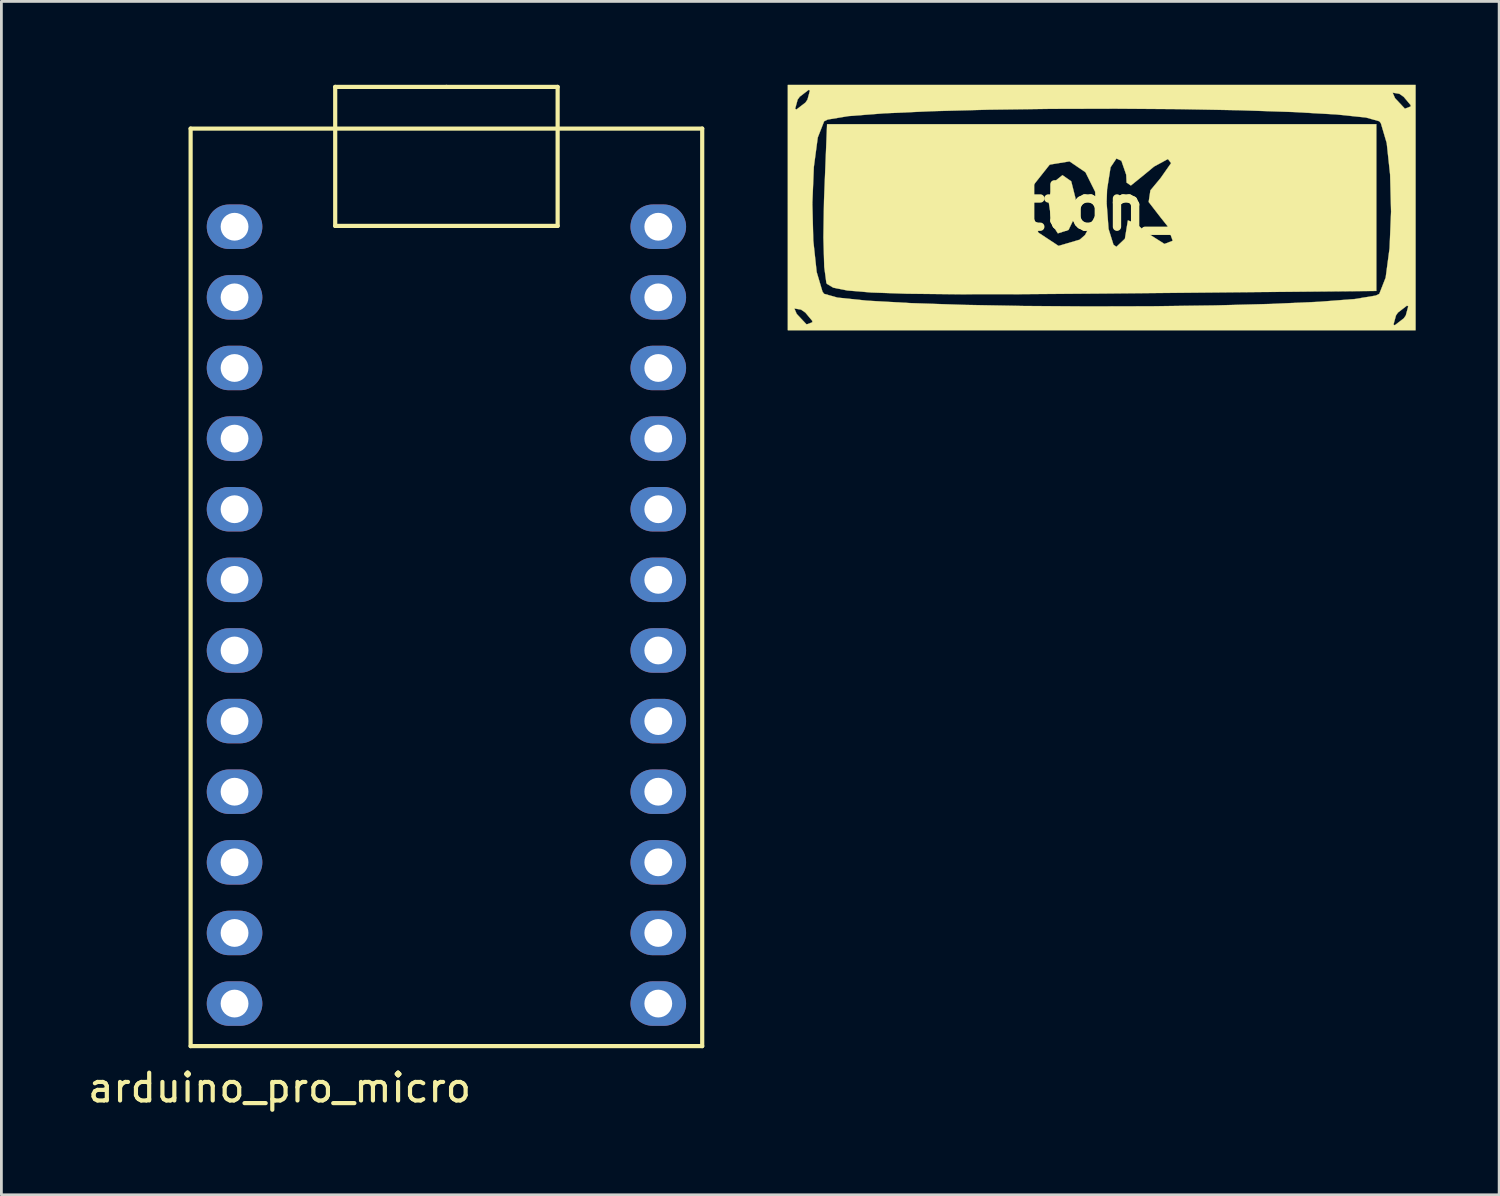
<source format=kicad_pcb>
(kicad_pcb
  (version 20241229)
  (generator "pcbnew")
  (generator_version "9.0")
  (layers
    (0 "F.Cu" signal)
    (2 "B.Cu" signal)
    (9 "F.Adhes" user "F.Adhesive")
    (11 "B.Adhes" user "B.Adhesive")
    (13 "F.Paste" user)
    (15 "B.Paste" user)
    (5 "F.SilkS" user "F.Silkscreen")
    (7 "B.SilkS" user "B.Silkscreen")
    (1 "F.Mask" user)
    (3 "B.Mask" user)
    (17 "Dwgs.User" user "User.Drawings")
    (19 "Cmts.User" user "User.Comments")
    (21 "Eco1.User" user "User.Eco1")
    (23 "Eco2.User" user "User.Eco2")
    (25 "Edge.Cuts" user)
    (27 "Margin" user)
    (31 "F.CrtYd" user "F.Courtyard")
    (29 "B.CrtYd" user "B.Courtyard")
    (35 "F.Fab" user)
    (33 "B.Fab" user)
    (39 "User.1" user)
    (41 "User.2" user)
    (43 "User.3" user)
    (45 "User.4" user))
  (footprint "button_ok"
    (layer "F.Cu")
    (at 36.398 4.415)
    (property "Reference" "button_ok" (at 0 0 0) (layer "F.SilkS") (effects (font (size 1.524 1.524) (thickness 0.3))))
    (attr through_hole)
    (fp_poly (pts (xy -0.92 -0.944) (xy -0.766 -0.332) (xy -0.806 0.368) (xy -1.017 0.805) (xy -1.401 0.928) (xy -1.606 0.609) (xy -1.733 -0.22) (xy -1.548 -0.915) (xy -1.235 -1.165) (xy -0.92 -0.944)) (stroke (width 0.01) (type solid)) (fill yes) (layer "F.SilkS"))
    (fp_poly (pts (xy 10.054 2.999) (xy 0.256 3.092) (xy -2.717 3.115) (xy -5.055 3.118) (xy -6.83 3.099) (xy -8.111 3.055) (xy -8.97 2.983) (xy -9.479 2.881) (xy -9.706 2.745) (xy -9.727 2.707) (xy -9.803 2.135) (xy -9.833 1.078) (xy -9.818 0.137) (xy -2.404 0.137) (xy -2.101 0.901) (xy -1.376 1.379) (xy -0.614 1.155) (xy -0.423 0.988) (xy -0.031 0.248) (xy -0.045 -0.176) (xy 0.353 -0.176) (xy 0.423 0.77) (xy 0.6 1.338) (xy 0.706 1.411) (xy 1.01 1.122) (xy 1.058 0.827) (xy 1.118 0.46) (xy 1.406 0.573) (xy 1.766 0.884) (xy 2.433 1.309) (xy 2.731 1.194) (xy 2.539 0.661) (xy 2.295 0.355) (xy 1.865 -0.201) (xy 1.928 -0.619) (xy 2.293 -1.058) (xy 2.672 -1.599) (xy 2.558 -1.745) (xy 2.06 -1.475) (xy 1.703 -1.18) (xy 1.225 -0.793) (xy 1.071 -0.899) (xy 1.058 -1.18) (xy 0.884 -1.684) (xy 0.706 -1.764) (xy 0.495 -1.449) (xy 0.369 -0.651) (xy 0.353 -0.176) (xy -0.045 -0.176) (xy -0.059 -0.569) (xy -0.408 -1.27) (xy -0.981 -1.661) (xy -1.678 -1.547) (xy -1.705 -1.531) (xy -2.272 -0.815) (xy -2.404 0.137) (xy -9.818 0.137) (xy -9.811 -0.248) (xy -9.806 -0.386) (xy -9.701 -2.999) (xy 10.054 -2.999) (xy 10.054 2.999)) (stroke (width 0.01) (type solid)) (fill yes) (layer "F.SilkS"))
    (fp_poly (pts (xy 11.465 4.41) (xy -11.113 4.41) (xy -11.113 4.21) (xy 10.67 4.21) (xy 10.718 4.233) (xy 11.04 3.985) (xy 11.113 3.881) (xy 11.202 3.551) (xy 11.154 3.528) (xy 10.832 3.776) (xy 10.76 3.881) (xy 10.67 4.21) (xy -11.113 4.21) (xy -11.113 3.629) (xy -10.879 3.629) (xy -10.793 3.826) (xy -10.438 4.205) (xy -10.234 4.127) (xy -10.231 4.078) (xy -10.481 3.779) (xy -10.638 3.67) (xy -10.879 3.629) (xy -11.113 3.629) (xy -11.113 -0.149) (xy -10.231 -0.149) (xy -10.197 1.186) (xy -10.075 2.32) (xy -9.865 3.028) (xy -9.807 3.104) (xy -9.328 3.238) (xy -8.257 3.349) (xy -6.708 3.436) (xy -4.794 3.5) (xy -2.628 3.54) (xy -0.325 3.556) (xy 2.002 3.55) (xy 4.241 3.52) (xy 6.277 3.466) (xy 7.996 3.389) (xy 9.287 3.289) (xy 10.034 3.165) (xy 10.16 3.104) (xy 10.389 2.519) (xy 10.53 1.459) (xy 10.584 0.149) (xy 10.549 -1.186) (xy 10.427 -2.32) (xy 10.218 -3.028) (xy 10.16 -3.104) (xy 9.681 -3.238) (xy 8.61 -3.349) (xy 7.06 -3.436) (xy 5.146 -3.5) (xy 2.981 -3.54) (xy 0.678 -3.556) (xy -1.65 -3.55) (xy -3.888 -3.52) (xy -5.924 -3.466) (xy -7.644 -3.389) (xy -8.934 -3.289) (xy -9.681 -3.165) (xy -9.807 -3.104) (xy -10.036 -2.519) (xy -10.177 -1.459) (xy -10.231 -0.149) (xy -11.113 -0.149) (xy -11.113 -3.551) (xy -10.85 -3.551) (xy -10.801 -3.528) (xy -10.479 -3.776) (xy -10.407 -3.881) (xy -10.338 -4.132) (xy 10.64 -4.132) (xy 10.726 -3.935) (xy 11.081 -3.556) (xy 11.285 -3.634) (xy 11.289 -3.683) (xy 11.038 -3.982) (xy 10.882 -4.091) (xy 10.64 -4.132) (xy -10.338 -4.132) (xy -10.317 -4.21) (xy -10.365 -4.233) (xy -10.687 -3.985) (xy -10.76 -3.881) (xy -10.85 -3.551) (xy -11.113 -3.551) (xy -11.113 -4.41) (xy 11.465 -4.41) (xy 11.465 4.41)) (stroke (width 0.01) (type solid)) (fill yes) (layer "F.SilkS")))
  (footprint "arduino_pro_micro"
    (layer "F.Cu")
    (at 13.006 19.075)
    (property "Reference" "arduino_pro_micro" (at -6 17 0) (layer "F.SilkS") (effects (font (size 1 1) (thickness 0.15))))
    (attr through_hole)
    (fp_line (start -9.2 -17.5) (end 9.2 -17.5) (stroke (width 0.15) (type solid)) (layer "F.SilkS"))
    (fp_line (start -9.2 15.5) (end -9.2 -17.5) (stroke (width 0.15) (type solid)) (layer "F.SilkS"))
    (fp_line (start -4 -19) (end -4 -14) (stroke (width 0.15) (type solid)) (layer "F.SilkS"))
    (fp_line (start -4 -14) (end 4 -14) (stroke (width 0.15) (type solid)) (layer "F.SilkS"))
    (fp_line (start 0 -19) (end -4 -19) (stroke (width 0.15) (type solid)) (layer "F.SilkS"))
    (fp_line (start 4 -19) (end 0 -19) (stroke (width 0.15) (type solid)) (layer "F.SilkS"))
    (fp_line (start 4 -14) (end 4 -19) (stroke (width 0.15) (type solid)) (layer "F.SilkS"))
    (fp_line (start 9.2 -17.5) (end 9.2 15.5) (stroke (width 0.15) (type solid)) (layer "F.SilkS"))
    (fp_line (start 9.2 15.5) (end -9.2 15.5) (stroke (width 0.15) (type solid)) (layer "F.SilkS"))
    (pad "1" thru_hole oval (at -7.62 -13.97) (size 2 1.6) (drill 1) (layers "*.Cu" "*.Mask"))
    (pad "2" thru_hole oval (at -7.62 -11.43) (size 2 1.6) (drill 1) (layers "*.Cu" "*.Mask"))
    (pad "3" thru_hole oval (at -7.62 -8.89) (size 2 1.6) (drill 1) (layers "*.Cu" "*.Mask"))
    (pad "4" thru_hole oval (at -7.62 -6.35) (size 2 1.6) (drill 1) (layers "*.Cu" "*.Mask"))
    (pad "5" thru_hole oval (at -7.62 -3.81) (size 2 1.6) (drill 1) (layers "*.Cu" "*.Mask"))
    (pad "6" thru_hole oval (at -7.62 -1.27) (size 2 1.6) (drill 1) (layers "*.Cu" "*.Mask"))
    (pad "7" thru_hole oval (at -7.62 1.27) (size 2 1.6) (drill 1) (layers "*.Cu" "*.Mask"))
    (pad "8" thru_hole oval (at -7.62 3.81) (size 2 1.6) (drill 1) (layers "*.Cu" "*.Mask"))
    (pad "9" thru_hole oval (at -7.62 6.35) (size 2 1.6) (drill 1) (layers "*.Cu" "*.Mask"))
    (pad "10" thru_hole oval (at -7.62 8.89) (size 2 1.6) (drill 1) (layers "*.Cu" "*.Mask"))
    (pad "11" thru_hole oval (at -7.62 11.43) (size 2 1.6) (drill 1) (layers "*.Cu" "*.Mask"))
    (pad "12" thru_hole oval (at -7.62 13.97) (size 2 1.6) (drill 1) (layers "*.Cu" "*.Mask"))
    (pad "13" thru_hole oval (at 7.62 13.97) (size 2 1.6) (drill 1) (layers "*.Cu" "*.Mask"))
    (pad "14" thru_hole oval (at 7.62 11.43) (size 2 1.6) (drill 1) (layers "*.Cu" "*.Mask"))
    (pad "15" thru_hole oval (at 7.62 8.89) (size 2 1.6) (drill 1) (layers "*.Cu" "*.Mask"))
    (pad "16" thru_hole oval (at 7.62 6.35) (size 2 1.6) (drill 1) (layers "*.Cu" "*.Mask"))
    (pad "17" thru_hole oval (at 7.62 3.81) (size 2 1.6) (drill 1) (layers "*.Cu" "*.Mask"))
    (pad "18" thru_hole oval (at 7.62 1.27) (size 2 1.6) (drill 1) (layers "*.Cu" "*.Mask"))
    (pad "19" thru_hole oval (at 7.62 -1.27) (size 2 1.6) (drill 1) (layers "*.Cu" "*.Mask"))
    (pad "20" thru_hole oval (at 7.62 -3.81) (size 2 1.6) (drill 1) (layers "*.Cu" "*.Mask"))
    (pad "21" thru_hole oval (at 7.62 -6.35) (size 2 1.6) (drill 1) (layers "*.Cu" "*.Mask"))
    (pad "22" thru_hole oval (at 7.62 -8.89) (size 2 1.6) (drill 1) (layers "*.Cu" "*.Mask"))
    (pad "23" thru_hole oval (at 7.62 -11.43) (size 2 1.6) (drill 1) (layers "*.Cu" "*.Mask"))
    (pad "24" thru_hole oval (at 7.62 -13.97) (size 2 1.6) (drill 1) (layers "*.Cu" "*.Mask")))
  (gr_rect
    (start -3 -3)
    (end 50.869 39.923)
    (stroke (width 0.1) (type default))
    (fill no)
    (layer "Edge.Cuts")))
</source>
